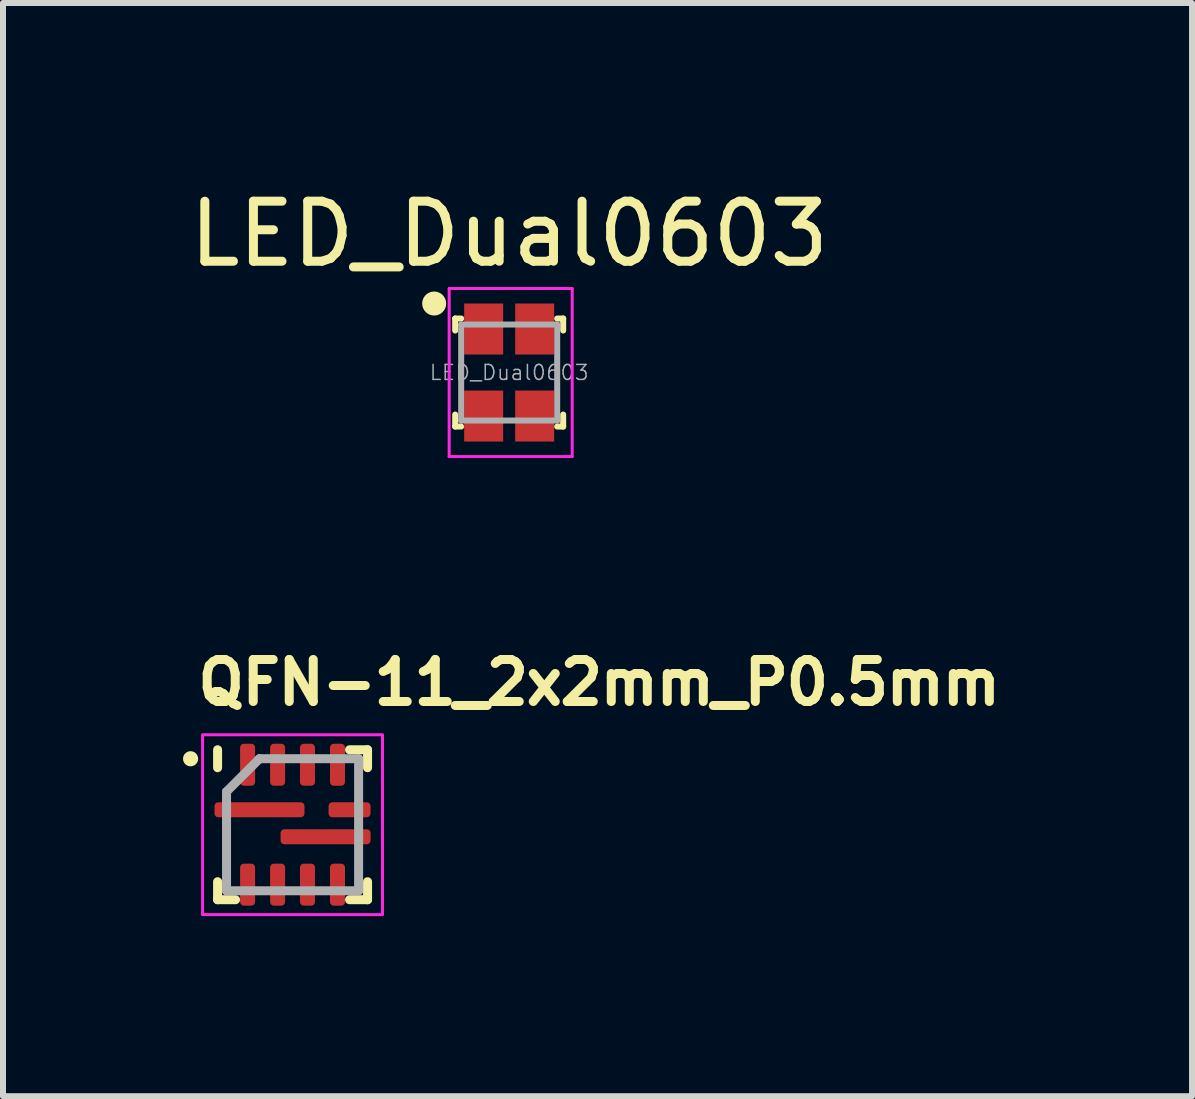
<source format=kicad_pcb>
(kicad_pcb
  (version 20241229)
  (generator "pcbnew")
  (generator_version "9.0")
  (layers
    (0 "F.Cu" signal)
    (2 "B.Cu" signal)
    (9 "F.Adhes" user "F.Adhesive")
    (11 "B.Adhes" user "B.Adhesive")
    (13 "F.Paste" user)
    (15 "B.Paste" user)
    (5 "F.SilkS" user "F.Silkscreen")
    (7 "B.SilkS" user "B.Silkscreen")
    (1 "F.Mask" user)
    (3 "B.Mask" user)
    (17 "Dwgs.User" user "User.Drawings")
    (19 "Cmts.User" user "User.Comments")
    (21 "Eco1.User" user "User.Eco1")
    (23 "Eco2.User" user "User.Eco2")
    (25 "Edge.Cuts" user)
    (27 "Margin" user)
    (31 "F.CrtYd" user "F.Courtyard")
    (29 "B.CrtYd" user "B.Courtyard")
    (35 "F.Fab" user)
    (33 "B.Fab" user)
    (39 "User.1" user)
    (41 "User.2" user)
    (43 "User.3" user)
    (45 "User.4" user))
  (footprint "LED_Dual0603"
    (layer "F.Cu")
    (at 5.435 3.158)
    (property "Reference" "LED_Dual0603" (at 0 -2.31 0) (layer "F.SilkS") (effects (font (size 1 1) (thickness 0.15))))
    (attr smd)
    (fp_line (start -0.9 -0.9) (end -0.9 -0.7) (stroke (width 0.1) (type solid)) (layer "F.SilkS"))
    (fp_line (start -0.9 0.9) (end -0.9 0.7) (stroke (width 0.1) (type solid)) (layer "F.SilkS"))
    (fp_line (start -0.8 -0.9) (end -0.9 -0.9) (stroke (width 0.1) (type solid)) (layer "F.SilkS"))
    (fp_line (start -0.8 0.9) (end -0.9 0.9) (stroke (width 0.1) (type solid)) (layer "F.SilkS"))
    (fp_line (start 0.8 -0.9) (end 0.9 -0.9) (stroke (width 0.1) (type solid)) (layer "F.SilkS"))
    (fp_line (start 0.8 0.9) (end 0.9 0.9) (stroke (width 0.1) (type solid)) (layer "F.SilkS"))
    (fp_line (start 0.9 -0.9) (end 0.9 -0.7) (stroke (width 0.1) (type solid)) (layer "F.SilkS"))
    (fp_line (start 0.9 0.9) (end 0.9 0.7) (stroke (width 0.1) (type solid)) (layer "F.SilkS"))
    (fp_circle (center -1.25 -1.15) (end -1.15 -1.15) (stroke (width 0.2) (type solid)) (fill no) (layer "F.SilkS"))
    (fp_line (start -1 1.4) (end -1 -1.4) (stroke (width 0.05) (type solid)) (layer "F.CrtYd"))
    (fp_line (start 1.05 -1.4) (end -1 -1.4) (stroke (width 0.05) (type solid)) (layer "F.CrtYd"))
    (fp_line (start 1.05 1.4) (end -1 1.4) (stroke (width 0.05) (type solid)) (layer "F.CrtYd"))
    (fp_line (start 1.05 1.4) (end 1.05 -1.4) (stroke (width 0.05) (type solid)) (layer "F.CrtYd"))
    (fp_line (start -0.8 -0.8) (end -0.8 0.8) (stroke (width 0.1) (type solid)) (layer "F.Fab"))
    (fp_line (start -0.8 -0.8) (end 0.8 -0.8) (stroke (width 0.1) (type solid)) (layer "F.Fab"))
    (fp_line (start -0.8 0.8) (end 0.8 0.8) (stroke (width 0.1) (type solid)) (layer "F.Fab"))
    (fp_line (start 0.8 -0.8) (end 0.8 0.8) (stroke (width 0.1) (type solid)) (layer "F.Fab"))
    (fp_text user "${REFERENCE}" (at 0 0 0) (layer "F.Fab") (effects (font (size 0.25 0.25) (thickness 0.025))))
    (pad "1" smd rect (at -0.425 -0.725) (size 0.65 0.85) (layers "F.Cu" "F.Mask" "F.Paste"))
    (pad "2" smd rect (at 0.425 -0.725) (size 0.65 0.85) (layers "F.Cu" "F.Mask" "F.Paste"))
    (pad "3" smd rect (at 0.425 0.725) (size 0.65 0.85) (layers "F.Cu" "F.Mask" "F.Paste"))
    (pad "4" smd rect (at -0.425 0.725) (size 0.65 0.85) (layers "F.Cu" "F.Mask" "F.Paste")))
  (footprint "QFN-11_2x2mm_P0.5mm"
    (layer "F.Cu")
    (at 1.826 10.694)
    (property "Reference" "QFN-11_2x2mm_P0.5mm" (at -1.655 -1.961 0) (unlocked yes) (layer "F.SilkS") (effects (font (size 0.7 0.7) (thickness 0.15)) (justify left bottom)))
    (attr smd)
    (fp_line (start -1.25 -0.951) (end -1.25 -1.25) (stroke (width 0.15) (type solid)) (layer "F.SilkS"))
    (fp_line (start -1.25 1.249) (end -1.25 0.949) (stroke (width 0.15) (type solid)) (layer "F.SilkS"))
    (fp_line (start -0.951 1.249) (end -1.25 1.249) (stroke (width 0.15) (type solid)) (layer "F.SilkS"))
    (fp_line (start 0.949 -1.25) (end 1.249 -1.25) (stroke (width 0.15) (type solid)) (layer "F.SilkS"))
    (fp_line (start 1.249 -1.25) (end 1.249 -0.951) (stroke (width 0.15) (type solid)) (layer "F.SilkS"))
    (fp_line (start 1.249 0.949) (end 1.249 1.249) (stroke (width 0.15) (type solid)) (layer "F.SilkS"))
    (fp_line (start 1.249 1.249) (end 0.949 1.249) (stroke (width 0.15) (type solid)) (layer "F.SilkS"))
    (fp_circle (center -1.7 -1.1) (end -1.649 -1.1) (stroke (width 0.15) (type solid)) (fill yes) (layer "F.SilkS"))
    (fp_rect (start -1.5 -1.5) (end 1.498 1.498) (stroke (width 0.05) (type solid)) (fill no) (layer "F.CrtYd"))
    (fp_line (start -1.101 1.1) (end -1.101 -0.552) (stroke (width 0.15) (type solid)) (layer "F.Fab"))
    (fp_line (start -0.552 -1.101) (end -1.101 -0.552) (stroke (width 0.15) (type solid)) (layer "F.Fab"))
    (fp_line (start -0.552 -1.101) (end 1.1 -1.101) (stroke (width 0.15) (type solid)) (layer "F.Fab"))
    (fp_line (start 1.1 -1.101) (end 1.1 1.1) (stroke (width 0.15) (type solid)) (layer "F.Fab"))
    (fp_line (start 1.1 1.1) (end -1.101 1.1) (stroke (width 0.15) (type solid)) (layer "F.Fab"))
    (fp_rect (start -1 -1) (end 0.998 0.998) (stroke (width 0.1) (type solid)) (fill no) (layer "User.5"))
    (fp_line (start -1 -1) (end -1 0.998) (stroke (width 0.02) (type solid)) (layer "User.9"))
    (fp_line (start -1 0.998) (end 0.998 0.998) (stroke (width 0.02) (type solid)) (layer "User.9"))
    (fp_line (start -0.826 -0.669) (end -0.826 -0.663) (stroke (width 0.02) (type solid)) (layer "User.9"))
    (fp_line (start -0.826 -0.663) (end -0.826 -0.657) (stroke (width 0.02) (type solid)) (layer "User.9"))
    (fp_line (start -0.826 -0.657) (end -0.826 -0.652) (stroke (width 0.02) (type solid)) (layer "User.9"))
    (fp_line (start -0.826 -0.652) (end -0.826 -0.639) (stroke (width 0.02) (type solid)) (layer "User.9"))
    (fp_line (start -0.826 -0.639) (end -0.825 -0.627) (stroke (width 0.02) (type solid)) (layer "User.9"))
    (fp_line (start -0.825 -0.675) (end -0.826 -0.669) (stroke (width 0.02) (type solid)) (layer "User.9"))
    (fp_line (start -0.825 -0.627) (end -0.823 -0.616) (stroke (width 0.02) (type solid)) (layer "User.9"))
    (fp_line (start -0.824 -0.68) (end -0.825 -0.675) (stroke (width 0.02) (type solid)) (layer "User.9"))
    (fp_line (start -0.823 -0.686) (end -0.824 -0.68) (stroke (width 0.02) (type solid)) (layer "User.9"))
    (fp_line (start -0.823 -0.616) (end -0.82 -0.605) (stroke (width 0.02) (type solid)) (layer "User.9"))
    (fp_line (start -0.822 -0.692) (end -0.823 -0.686) (stroke (width 0.02) (type solid)) (layer "User.9"))
    (fp_line (start -0.82 -0.697) (end -0.822 -0.692) (stroke (width 0.02) (type solid)) (layer "User.9"))
    (fp_line (start -0.82 -0.605) (end -0.817 -0.594) (stroke (width 0.02) (type solid)) (layer "User.9"))
    (fp_line (start -0.819 -0.703) (end -0.82 -0.697) (stroke (width 0.02) (type solid)) (layer "User.9"))
    (fp_line (start -0.817 -0.707) (end -0.819 -0.703) (stroke (width 0.02) (type solid)) (layer "User.9"))
    (fp_line (start -0.817 -0.594) (end -0.813 -0.583) (stroke (width 0.02) (type solid)) (layer "User.9"))
    (fp_line (start -0.815 -0.712) (end -0.817 -0.707) (stroke (width 0.02) (type solid)) (layer "User.9"))
    (fp_line (start -0.813 -0.718) (end -0.815 -0.712) (stroke (width 0.02) (type solid)) (layer "User.9"))
    (fp_line (start -0.813 -0.583) (end -0.808 -0.574) (stroke (width 0.02) (type solid)) (layer "User.9"))
    (fp_line (start -0.811 -0.723) (end -0.813 -0.718) (stroke (width 0.02) (type solid)) (layer "User.9"))
    (fp_line (start -0.808 -0.728) (end -0.811 -0.723) (stroke (width 0.02) (type solid)) (layer "User.9"))
    (fp_line (start -0.808 -0.574) (end -0.803 -0.564) (stroke (width 0.02) (type solid)) (layer "User.9"))
    (fp_line (start -0.806 -0.733) (end -0.808 -0.728) (stroke (width 0.02) (type solid)) (layer "User.9"))
    (fp_line (start -0.803 -0.738) (end -0.806 -0.733) (stroke (width 0.02) (type solid)) (layer "User.9"))
    (fp_line (start -0.803 -0.564) (end -0.797 -0.554) (stroke (width 0.02) (type solid)) (layer "User.9"))
    (fp_line (start -0.8 -0.743) (end -0.803 -0.738) (stroke (width 0.02) (type solid)) (layer "User.9"))
    (fp_line (start -0.797 -0.748) (end -0.8 -0.743) (stroke (width 0.02) (type solid)) (layer "User.9"))
    (fp_line (start -0.797 -0.554) (end -0.79 -0.545) (stroke (width 0.02) (type solid)) (layer "User.9"))
    (fp_line (start -0.794 -0.752) (end -0.797 -0.748) (stroke (width 0.02) (type solid)) (layer "User.9"))
    (fp_line (start -0.79 -0.757) (end -0.794 -0.752) (stroke (width 0.02) (type solid)) (layer "User.9"))
    (fp_line (start -0.79 -0.545) (end -0.783 -0.536) (stroke (width 0.02) (type solid)) (layer "User.9"))
    (fp_line (start -0.787 -0.761) (end -0.79 -0.757) (stroke (width 0.02) (type solid)) (layer "User.9"))
    (fp_line (start -0.783 -0.766) (end -0.787 -0.761) (stroke (width 0.02) (type solid)) (layer "User.9"))
    (fp_line (start -0.783 -0.536) (end -0.776 -0.528) (stroke (width 0.02) (type solid)) (layer "User.9"))
    (fp_line (start -0.779 -0.771) (end -0.783 -0.766) (stroke (width 0.02) (type solid)) (layer "User.9"))
    (fp_line (start -0.776 -0.775) (end -0.779 -0.771) (stroke (width 0.02) (type solid)) (layer "User.9"))
    (fp_line (start -0.776 -0.528) (end -0.766 -0.52) (stroke (width 0.02) (type solid)) (layer "User.9"))
    (fp_line (start -0.771 -0.779) (end -0.776 -0.775) (stroke (width 0.02) (type solid)) (layer "User.9"))
    (fp_line (start -0.766 -0.783) (end -0.771 -0.779) (stroke (width 0.02) (type solid)) (layer "User.9"))
    (fp_line (start -0.766 -0.52) (end -0.757 -0.512) (stroke (width 0.02) (type solid)) (layer "User.9"))
    (fp_line (start -0.762 -0.787) (end -0.766 -0.783) (stroke (width 0.02) (type solid)) (layer "User.9"))
    (fp_line (start -0.757 -0.79) (end -0.762 -0.787) (stroke (width 0.02) (type solid)) (layer "User.9"))
    (fp_line (start -0.757 -0.512) (end -0.748 -0.505) (stroke (width 0.02) (type solid)) (layer "User.9"))
    (fp_line (start -0.753 -0.794) (end -0.757 -0.79) (stroke (width 0.02) (type solid)) (layer "User.9"))
    (fp_line (start -0.748 -0.797) (end -0.753 -0.794) (stroke (width 0.02) (type solid)) (layer "User.9"))
    (fp_line (start -0.748 -0.505) (end -0.738 -0.499) (stroke (width 0.02) (type solid)) (layer "User.9"))
    (fp_line (start -0.743 -0.8) (end -0.748 -0.797) (stroke (width 0.02) (type solid)) (layer "User.9"))
    (fp_line (start -0.738 -0.803) (end -0.743 -0.8) (stroke (width 0.02) (type solid)) (layer "User.9"))
    (fp_line (start -0.738 -0.803) (end -0.738 -0.803) (stroke (width 0.02) (type solid)) (layer "User.9"))
    (fp_line (start -0.738 -0.499) (end -0.738 -0.499) (stroke (width 0.02) (type solid)) (layer "User.9"))
    (fp_line (start -0.738 -0.499) (end -0.728 -0.493) (stroke (width 0.02) (type solid)) (layer "User.9"))
    (fp_line (start -0.728 -0.809) (end -0.738 -0.803) (stroke (width 0.02) (type solid)) (layer "User.9"))
    (fp_line (start -0.728 -0.493) (end -0.717 -0.489) (stroke (width 0.02) (type solid)) (layer "User.9"))
    (fp_line (start -0.717 -0.813) (end -0.728 -0.809) (stroke (width 0.02) (type solid)) (layer "User.9"))
    (fp_line (start -0.717 -0.489) (end -0.706 -0.485) (stroke (width 0.02) (type solid)) (layer "User.9"))
    (fp_line (start -0.706 -0.817) (end -0.717 -0.813) (stroke (width 0.02) (type solid)) (layer "User.9"))
    (fp_line (start -0.706 -0.485) (end -0.696 -0.481) (stroke (width 0.02) (type solid)) (layer "User.9"))
    (fp_line (start -0.696 -0.821) (end -0.706 -0.817) (stroke (width 0.02) (type solid)) (layer "User.9"))
    (fp_line (start -0.696 -0.481) (end -0.685 -0.48) (stroke (width 0.02) (type solid)) (layer "User.9"))
    (fp_line (start -0.685 -0.823) (end -0.696 -0.821) (stroke (width 0.02) (type solid)) (layer "User.9"))
    (fp_line (start -0.685 -0.48) (end -0.674 -0.478) (stroke (width 0.02) (type solid)) (layer "User.9"))
    (fp_line (start -0.674 -0.825) (end -0.685 -0.823) (stroke (width 0.02) (type solid)) (layer "User.9"))
    (fp_line (start -0.674 -0.478) (end -0.663 -0.477) (stroke (width 0.02) (type solid)) (layer "User.9"))
    (fp_line (start -0.663 -0.826) (end -0.674 -0.825) (stroke (width 0.02) (type solid)) (layer "User.9"))
    (fp_line (start -0.663 -0.477) (end -0.652 -0.476) (stroke (width 0.02) (type solid)) (layer "User.9"))
    (fp_line (start -0.652 -0.826) (end -0.663 -0.826) (stroke (width 0.02) (type solid)) (layer "User.9"))
    (fp_line (start -0.652 -0.476) (end -0.639 -0.477) (stroke (width 0.02) (type solid)) (layer "User.9"))
    (fp_line (start -0.639 -0.826) (end -0.652 -0.826) (stroke (width 0.02) (type solid)) (layer "User.9"))
    (fp_line (start -0.639 -0.477) (end -0.628 -0.478) (stroke (width 0.02) (type solid)) (layer "User.9"))
    (fp_line (start -0.628 -0.825) (end -0.639 -0.826) (stroke (width 0.02) (type solid)) (layer "User.9"))
    (fp_line (start -0.628 -0.478) (end -0.617 -0.48) (stroke (width 0.02) (type solid)) (layer "User.9"))
    (fp_line (start -0.617 -0.823) (end -0.628 -0.825) (stroke (width 0.02) (type solid)) (layer "User.9"))
    (fp_line (start -0.617 -0.48) (end -0.606 -0.481) (stroke (width 0.02) (type solid)) (layer "User.9"))
    (fp_line (start -0.606 -0.821) (end -0.617 -0.823) (stroke (width 0.02) (type solid)) (layer "User.9"))
    (fp_line (start -0.606 -0.481) (end -0.595 -0.485) (stroke (width 0.02) (type solid)) (layer "User.9"))
    (fp_line (start -0.595 -0.817) (end -0.606 -0.821) (stroke (width 0.02) (type solid)) (layer "User.9"))
    (fp_line (start -0.595 -0.485) (end -0.584 -0.489) (stroke (width 0.02) (type solid)) (layer "User.9"))
    (fp_line (start -0.584 -0.813) (end -0.595 -0.817) (stroke (width 0.02) (type solid)) (layer "User.9"))
    (fp_line (start -0.584 -0.489) (end -0.574 -0.493) (stroke (width 0.02) (type solid)) (layer "User.9"))
    (fp_line (start -0.574 -0.809) (end -0.584 -0.813) (stroke (width 0.02) (type solid)) (layer "User.9"))
    (fp_line (start -0.574 -0.493) (end -0.564 -0.499) (stroke (width 0.02) (type solid)) (layer "User.9"))
    (fp_line (start -0.564 -0.803) (end -0.574 -0.809) (stroke (width 0.02) (type solid)) (layer "User.9"))
    (fp_line (start -0.564 -0.803) (end -0.564 -0.803) (stroke (width 0.02) (type solid)) (layer "User.9"))
    (fp_line (start -0.564 -0.499) (end -0.564 -0.499) (stroke (width 0.02) (type solid)) (layer "User.9"))
    (fp_line (start -0.564 -0.499) (end -0.559 -0.502) (stroke (width 0.02) (type solid)) (layer "User.9"))
    (fp_line (start -0.559 -0.502) (end -0.554 -0.505) (stroke (width 0.02) (type solid)) (layer "User.9"))
    (fp_line (start -0.554 -0.797) (end -0.564 -0.803) (stroke (width 0.02) (type solid)) (layer "User.9"))
    (fp_line (start -0.554 -0.505) (end -0.549 -0.508) (stroke (width 0.02) (type solid)) (layer "User.9"))
    (fp_line (start -0.549 -0.508) (end -0.545 -0.512) (stroke (width 0.02) (type solid)) (layer "User.9"))
    (fp_line (start -0.545 -0.79) (end -0.554 -0.797) (stroke (width 0.02) (type solid)) (layer "User.9"))
    (fp_line (start -0.545 -0.512) (end -0.54 -0.516) (stroke (width 0.02) (type solid)) (layer "User.9"))
    (fp_line (start -0.54 -0.516) (end -0.536 -0.52) (stroke (width 0.02) (type solid)) (layer "User.9"))
    (fp_line (start -0.536 -0.783) (end -0.545 -0.79) (stroke (width 0.02) (type solid)) (layer "User.9"))
    (fp_line (start -0.536 -0.52) (end -0.532 -0.524) (stroke (width 0.02) (type solid)) (layer "User.9"))
    (fp_line (start -0.532 -0.524) (end -0.527 -0.528) (stroke (width 0.02) (type solid)) (layer "User.9"))
    (fp_line (start -0.527 -0.775) (end -0.536 -0.783) (stroke (width 0.02) (type solid)) (layer "User.9"))
    (fp_line (start -0.527 -0.528) (end -0.524 -0.532) (stroke (width 0.02) (type solid)) (layer "User.9"))
    (fp_line (start -0.524 -0.532) (end -0.52 -0.536) (stroke (width 0.02) (type solid)) (layer "User.9"))
    (fp_line (start -0.52 -0.766) (end -0.527 -0.775) (stroke (width 0.02) (type solid)) (layer "User.9"))
    (fp_line (start -0.52 -0.536) (end -0.516 -0.541) (stroke (width 0.02) (type solid)) (layer "User.9"))
    (fp_line (start -0.516 -0.541) (end -0.512 -0.545) (stroke (width 0.02) (type solid)) (layer "User.9"))
    (fp_line (start -0.512 -0.757) (end -0.52 -0.766) (stroke (width 0.02) (type solid)) (layer "User.9"))
    (fp_line (start -0.512 -0.545) (end -0.508 -0.55) (stroke (width 0.02) (type solid)) (layer "User.9"))
    (fp_line (start -0.508 -0.55) (end -0.505 -0.554) (stroke (width 0.02) (type solid)) (layer "User.9"))
    (fp_line (start -0.505 -0.748) (end -0.512 -0.757) (stroke (width 0.02) (type solid)) (layer "User.9"))
    (fp_line (start -0.505 -0.554) (end -0.502 -0.559) (stroke (width 0.02) (type solid)) (layer "User.9"))
    (fp_line (start -0.502 -0.559) (end -0.499 -0.564) (stroke (width 0.02) (type solid)) (layer "User.9"))
    (fp_line (start -0.499 -0.738) (end -0.505 -0.748) (stroke (width 0.02) (type solid)) (layer "User.9"))
    (fp_line (start -0.499 -0.564) (end -0.496 -0.569) (stroke (width 0.02) (type solid)) (layer "User.9"))
    (fp_line (start -0.496 -0.569) (end -0.494 -0.574) (stroke (width 0.02) (type solid)) (layer "User.9"))
    (fp_line (start -0.494 -0.728) (end -0.499 -0.738) (stroke (width 0.02) (type solid)) (layer "User.9"))
    (fp_line (start -0.494 -0.574) (end -0.491 -0.578) (stroke (width 0.02) (type solid)) (layer "User.9"))
    (fp_line (start -0.491 -0.578) (end -0.489 -0.583) (stroke (width 0.02) (type solid)) (layer "User.9"))
    (fp_line (start -0.489 -0.718) (end -0.494 -0.728) (stroke (width 0.02) (type solid)) (layer "User.9"))
    (fp_line (start -0.489 -0.583) (end -0.487 -0.589) (stroke (width 0.02) (type solid)) (layer "User.9"))
    (fp_line (start -0.487 -0.589) (end -0.485 -0.594) (stroke (width 0.02) (type solid)) (layer "User.9"))
    (fp_line (start -0.485 -0.707) (end -0.489 -0.718) (stroke (width 0.02) (type solid)) (layer "User.9"))
    (fp_line (start -0.485 -0.594) (end -0.483 -0.599) (stroke (width 0.02) (type solid)) (layer "User.9"))
    (fp_line (start -0.483 -0.599) (end -0.482 -0.605) (stroke (width 0.02) (type solid)) (layer "User.9"))
    (fp_line (start -0.482 -0.697) (end -0.485 -0.707) (stroke (width 0.02) (type solid)) (layer "User.9"))
    (fp_line (start -0.482 -0.605) (end -0.48 -0.61) (stroke (width 0.02) (type solid)) (layer "User.9"))
    (fp_line (start -0.48 -0.686) (end -0.482 -0.697) (stroke (width 0.02) (type solid)) (layer "User.9"))
    (fp_line (start -0.48 -0.616) (end -0.479 -0.622) (stroke (width 0.02) (type solid)) (layer "User.9"))
    (fp_line (start -0.48 -0.61) (end -0.48 -0.616) (stroke (width 0.02) (type solid)) (layer "User.9"))
    (fp_line (start -0.479 -0.622) (end -0.478 -0.627) (stroke (width 0.02) (type solid)) (layer "User.9"))
    (fp_line (start -0.478 -0.675) (end -0.48 -0.686) (stroke (width 0.02) (type solid)) (layer "User.9"))
    (fp_line (start -0.478 -0.627) (end -0.477 -0.633) (stroke (width 0.02) (type solid)) (layer "User.9"))
    (fp_line (start -0.477 -0.663) (end -0.478 -0.675) (stroke (width 0.02) (type solid)) (layer "User.9"))
    (fp_line (start -0.477 -0.646) (end -0.476 -0.652) (stroke (width 0.02) (type solid)) (layer "User.9"))
    (fp_line (start -0.477 -0.639) (end -0.477 -0.646) (stroke (width 0.02) (type solid)) (layer "User.9"))
    (fp_line (start -0.477 -0.633) (end -0.477 -0.639) (stroke (width 0.02) (type solid)) (layer "User.9"))
    (fp_line (start -0.476 -0.652) (end -0.477 -0.663) (stroke (width 0.02) (type solid)) (layer "User.9"))
    (fp_line (start 0.998 -1) (end -1 -1) (stroke (width 0.02) (type solid)) (layer "User.9"))
    (fp_line (start 0.998 0.998) (end 0.998 -1) (stroke (width 0.02) (type solid)) (layer "User.9"))
    (pad "1" smd roundrect (at -0.552 -0.25 180) (size 1.5 0.25) (layers "F.Cu" "F.Mask" "F.Paste") (roundrect_rratio 0.25))
    (pad "2" smd roundrect (at -0.75 0.998 90) (size 0.7 0.25) (layers "F.Cu" "F.Mask" "F.Paste") (roundrect_rratio 0.25))
    (pad "3" smd roundrect (at -0.25 0.998 90) (size 0.7 0.25) (layers "F.Cu" "F.Mask" "F.Paste") (roundrect_rratio 0.25))
    (pad "4" smd roundrect (at 0.248 0.998 90) (size 0.7 0.25) (layers "F.Cu" "F.Mask" "F.Paste") (roundrect_rratio 0.25))
    (pad "5" smd roundrect (at 0.748 0.998 90) (size 0.7 0.25) (layers "F.Cu" "F.Mask" "F.Paste") (roundrect_rratio 0.25))
    (pad "6" smd roundrect (at 0.55 0.2 180) (size 1.5 0.25) (layers "F.Cu" "F.Mask" "F.Paste") (roundrect_rratio 0.25))
    (pad "7" smd roundrect (at 0.949 -0.25 180) (size 0.7 0.25) (layers "F.Cu" "F.Mask" "F.Paste") (roundrect_rratio 0.25))
    (pad "8" smd roundrect (at 0.748 -1 90) (size 0.7 0.25) (layers "F.Cu" "F.Mask" "F.Paste") (roundrect_rratio 0.25))
    (pad "9" smd roundrect (at 0.248 -1 90) (size 0.7 0.25) (layers "F.Cu" "F.Mask" "F.Paste") (roundrect_rratio 0.25))
    (pad "10" smd roundrect (at -0.25 -1 90) (size 0.7 0.25) (layers "F.Cu" "F.Mask" "F.Paste") (roundrect_rratio 0.25))
    (pad "11" smd roundrect (at -0.75 -1 90) (size 0.7 0.25) (layers "F.Cu" "F.Mask" "F.Paste") (roundrect_rratio 0.25)))
  (gr_rect
    (start -3 -3)
    (end 16.814 15.217)
    (stroke (width 0.1) (type default))
    (fill no)
    (layer "Edge.Cuts")))
</source>
